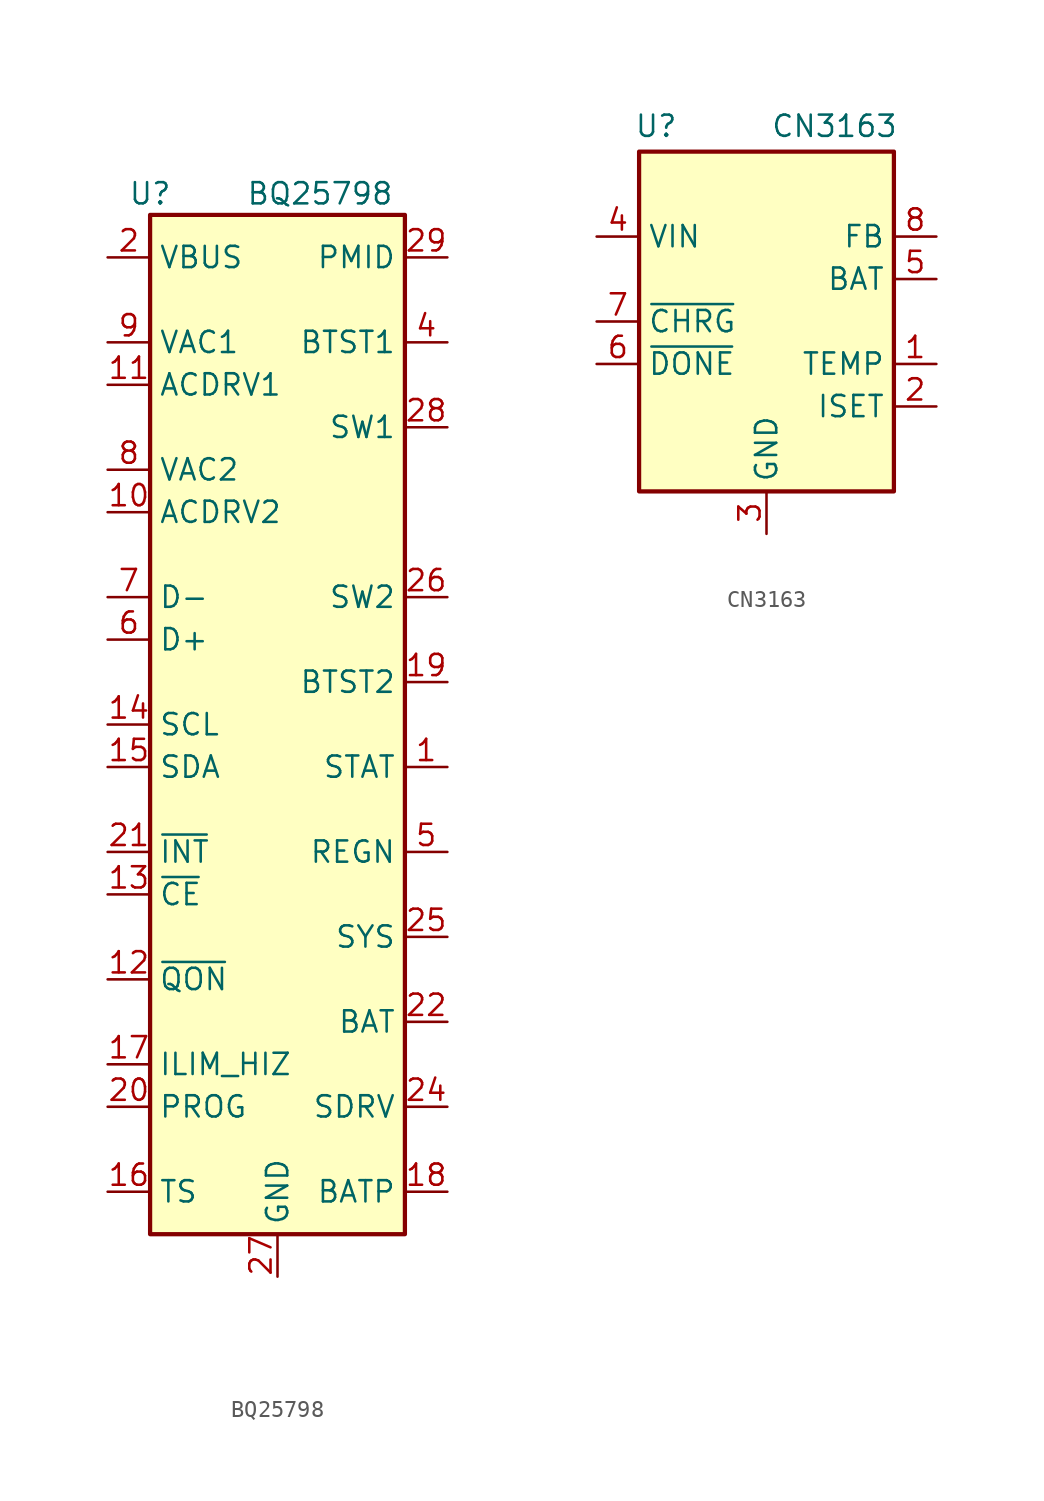
<source format=kicad_sym>
(kicad_symbol_lib
  (version 20241209)
  (generator "kicad_symbol_editor")
  (generator_version "9.0")
  (symbol "BQ25798"
    (property "Reference" "U"
      (at -7.62 31.75 0)
      (effects (font (size 1.27 1.27))))
    (property "Value" "BQ25798"
      (at 2.54 31.75 0)
      (effects (font (size 1.27 1.27))))
    (symbol "BQ25798_0_1"
      (rectangle (start -7.62 30.48) (end 7.62 -30.48) (stroke (width 0.254) (type default)) (fill (type background))))
    (symbol "BQ25798_1_1"
      (pin power_in line (at -10.16 27.94 0) (length 2.54) (name "VBUS" (effects (font (size 1.27 1.27)))) (number "2" (effects (font (size 1.27 1.27)))))
      (pin passive line (at -10.16 27.94 0) (length 2.54) (hide yes) (name "VBUS" (effects (font (size 1.27 1.27)))) (number "3" (effects (font (size 1.27 1.27)))))
      (pin input line (at -10.16 22.86 0) (length 2.54) (name "VAC1" (effects (font (size 1.27 1.27)))) (number "9" (effects (font (size 1.27 1.27)))))
      (pin passive line (at -10.16 20.32 0) (length 2.54) (name "ACDRV1" (effects (font (size 1.27 1.27)))) (number "11" (effects (font (size 1.27 1.27)))))
      (pin input line (at -10.16 15.24 0) (length 2.54) (name "VAC2" (effects (font (size 1.27 1.27)))) (number "8" (effects (font (size 1.27 1.27)))))
      (pin passive line (at -10.16 12.7 0) (length 2.54) (name "ACDRV2" (effects (font (size 1.27 1.27)))) (number "10" (effects (font (size 1.27 1.27)))))
      (pin bidirectional line (at -10.16 7.62 0) (length 2.54) (name "D-" (effects (font (size 1.27 1.27)))) (number "7" (effects (font (size 1.27 1.27)))))
      (pin bidirectional line (at -10.16 5.08 0) (length 2.54) (name "D+" (effects (font (size 1.27 1.27)))) (number "6" (effects (font (size 1.27 1.27)))))
      (pin input line (at -10.16 0 0) (length 2.54) (name "SCL" (effects (font (size 1.27 1.27)))) (number "14" (effects (font (size 1.27 1.27)))))
      (pin bidirectional line (at -10.16 -2.54 0) (length 2.54) (name "SDA" (effects (font (size 1.27 1.27)))) (number "15" (effects (font (size 1.27 1.27)))))
      (pin open_collector line (at -10.16 -7.62 0) (length 2.54) (name "~{INT}" (effects (font (size 1.27 1.27)))) (number "21" (effects (font (size 1.27 1.27)))))
      (pin input line (at -10.16 -10.16 0) (length 2.54) (name "~{CE}" (effects (font (size 1.27 1.27)))) (number "13" (effects (font (size 1.27 1.27)))))
      (pin input line (at -10.16 -15.24 0) (length 2.54) (name "~{QON}" (effects (font (size 1.27 1.27)))) (number "12" (effects (font (size 1.27 1.27)))))
      (pin input line (at -10.16 -20.32 0) (length 2.54) (name "ILIM_HIZ" (effects (font (size 1.27 1.27)))) (number "17" (effects (font (size 1.27 1.27)))))
      (pin input line (at -10.16 -22.86 0) (length 2.54) (name "PROG" (effects (font (size 1.27 1.27)))) (number "20" (effects (font (size 1.27 1.27)))))
      (pin input line (at -10.16 -27.94 0) (length 2.54) (name "TS" (effects (font (size 1.27 1.27)))) (number "16" (effects (font (size 1.27 1.27)))))
      (pin power_in line (at 0 -33.02 90) (length 2.54) (name "GND" (effects (font (size 1.27 1.27)))) (number "27" (effects (font (size 1.27 1.27)))))
      (pin power_out line (at 10.16 27.94 180) (length 2.54) (name "PMID" (effects (font (size 1.27 1.27)))) (number "29" (effects (font (size 1.27 1.27)))))
      (pin passive line (at 10.16 22.86 180) (length 2.54) (name "BTST1" (effects (font (size 1.27 1.27)))) (number "4" (effects (font (size 1.27 1.27)))))
      (pin power_out line (at 10.16 17.78 180) (length 2.54) (name "SW1" (effects (font (size 1.27 1.27)))) (number "28" (effects (font (size 1.27 1.27)))))
      (pin power_out line (at 10.16 7.62 180) (length 2.54) (name "SW2" (effects (font (size 1.27 1.27)))) (number "26" (effects (font (size 1.27 1.27)))))
      (pin passive line (at 10.16 2.54 180) (length 2.54) (name "BTST2" (effects (font (size 1.27 1.27)))) (number "19" (effects (font (size 1.27 1.27)))))
      (pin open_collector line (at 10.16 -2.54 180) (length 2.54) (name "STAT" (effects (font (size 1.27 1.27)))) (number "1" (effects (font (size 1.27 1.27)))))
      (pin power_out line (at 10.16 -7.62 180) (length 2.54) (name "REGN" (effects (font (size 1.27 1.27)))) (number "5" (effects (font (size 1.27 1.27)))))
      (pin power_out line (at 10.16 -12.7 180) (length 2.54) (name "SYS" (effects (font (size 1.27 1.27)))) (number "25" (effects (font (size 1.27 1.27)))))
      (pin power_out line (at 10.16 -17.78 180) (length 2.54) (name "BAT" (effects (font (size 1.27 1.27)))) (number "22" (effects (font (size 1.27 1.27)))))
      (pin passive line (at 10.16 -17.78 180) (length 2.54) (hide yes) (name "BAT" (effects (font (size 1.27 1.27)))) (number "23" (effects (font (size 1.27 1.27)))))
      (pin output line (at 10.16 -22.86 180) (length 2.54) (name "SDRV" (effects (font (size 1.27 1.27)))) (number "24" (effects (font (size 1.27 1.27)))))
      (pin input line (at 10.16 -27.94 180) (length 2.54) (name "BATP" (effects (font (size 1.27 1.27)))) (number "18" (effects (font (size 1.27 1.27)))))))
  (symbol "CN3163"
    (property "Reference" "U"
      (at -6.604 11.684 0)
      (effects (font (size 1.27 1.27))))
    (property "Value" "CN3163"
      (at 4.064 11.684 0)
      (effects (font (size 1.27 1.27))))
    (symbol "CN3163_0_1"
      (rectangle (start -7.62 10.16) (end 7.62 -10.16) (stroke (width 0.254) (type default)) (fill (type background))))
    (symbol "CN3163_1_1"
      (pin power_in line (at -10.16 5.08 0) (length 2.54) (name "VIN" (effects (font (size 1.27 1.27)))) (number "4" (effects (font (size 1.27 1.27)))))
      (pin open_collector line (at -10.16 0 0) (length 2.54) (name "~{CHRG}" (effects (font (size 1.27 1.27)))) (number "7" (effects (font (size 1.27 1.27)))))
      (pin open_collector line (at -10.16 -2.54 0) (length 2.54) (name "~{DONE}" (effects (font (size 1.27 1.27)))) (number "6" (effects (font (size 1.27 1.27)))))
      (pin power_in line (at 0 -12.7 90) (length 2.54) (name "GND" (effects (font (size 1.27 1.27)))) (number "3" (effects (font (size 1.27 1.27)))))
      (pin passive line (at 0 -12.7 90) (length 2.54) (hide yes) (name "GND" (effects (font (size 1.27 1.27)))) (number "9" (effects (font (size 1.27 1.27)))))
      (pin input line (at 10.16 5.08 180) (length 2.54) (name "FB" (effects (font (size 1.27 1.27)))) (number "8" (effects (font (size 1.27 1.27)))))
      (pin power_out line (at 10.16 2.54 180) (length 2.54) (name "BAT" (effects (font (size 1.27 1.27)))) (number "5" (effects (font (size 1.27 1.27)))))
      (pin input line (at 10.16 -2.54 180) (length 2.54) (name "TEMP" (effects (font (size 1.27 1.27)))) (number "1" (effects (font (size 1.27 1.27)))))
      (pin input line (at 10.16 -5.08 180) (length 2.54) (name "ISET" (effects (font (size 1.27 1.27)))) (number "2" (effects (font (size 1.27 1.27))))))))
</source>
